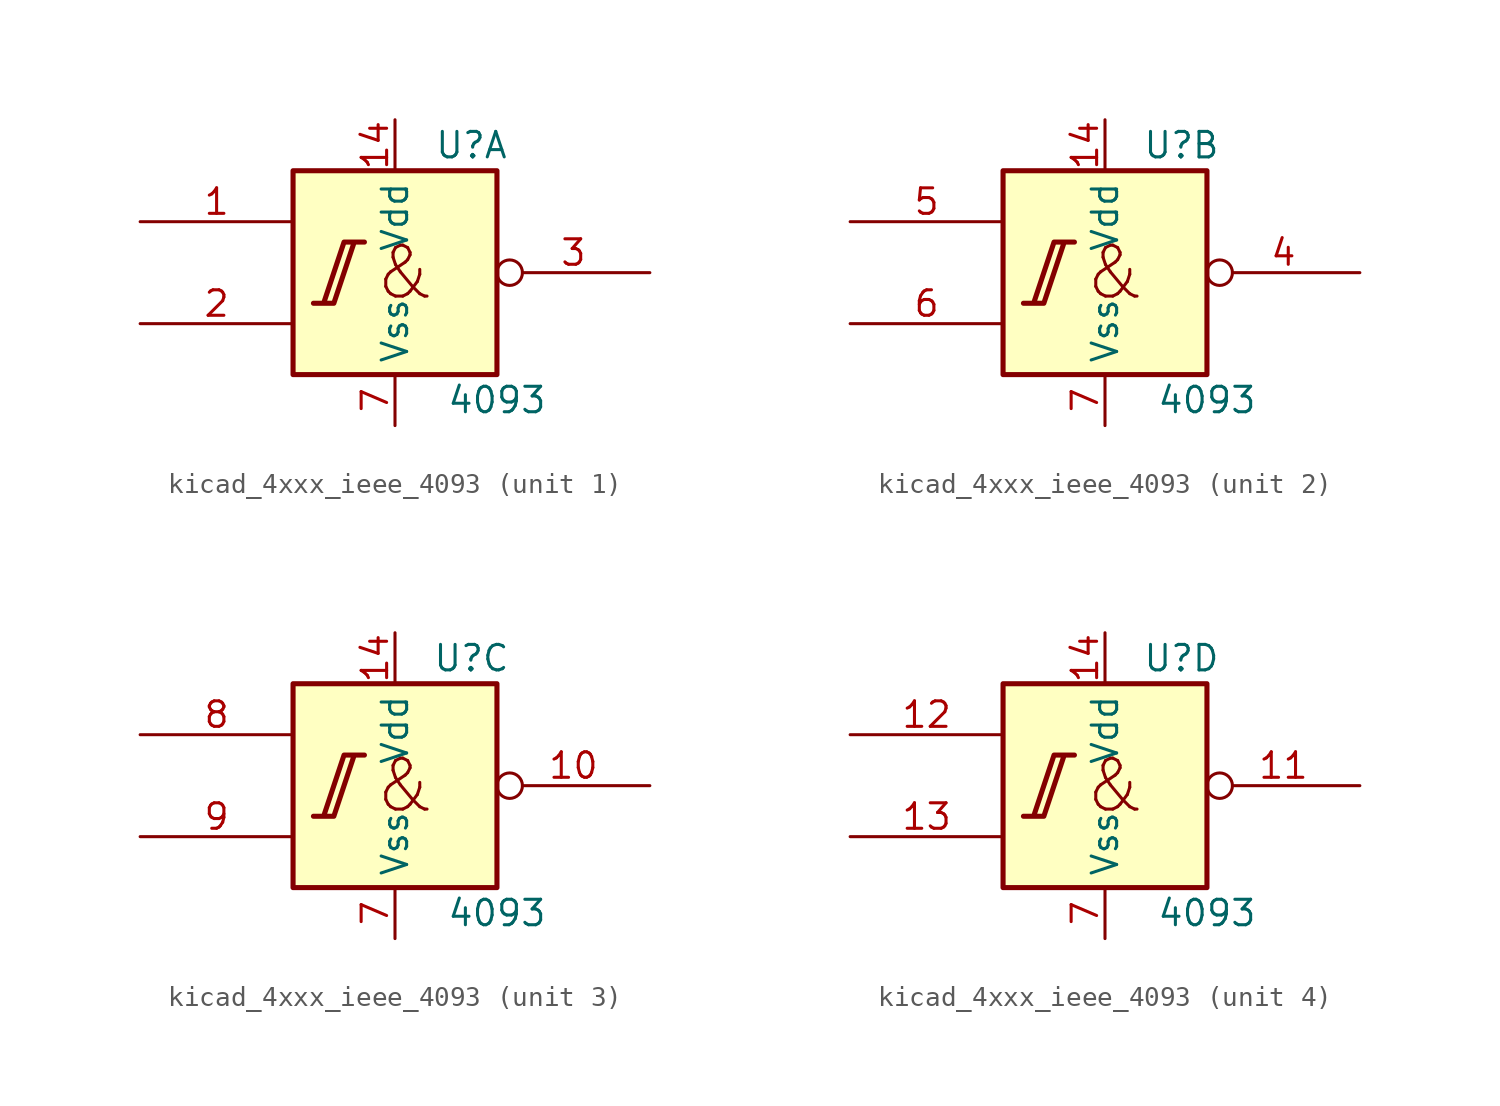
<source format=kicad_sym>
(kicad_symbol_lib
  (version 20220914)
  (generator kicad_symbol_editor)
  (symbol "kicad_4xxx_ieee_4093"
    (property "Reference" "U"
      (at 3.81 6.35 0)
      (effects (font (size 1.27 1.27))))
    (property "Value" "4093"
      (at 5.08 -6.35 0)
      (effects (font (size 1.27 1.27))))
    (symbol "kicad_4xxx_ieee_4093_0_0"
      (rectangle (start -5.08 5.08) (end 5.08 -5.08) (stroke (width 0.254) (type default)) (fill (type background)))
      (polyline (pts (xy -4.064 -1.524) (xy -3.048 -1.524) (xy -2.032 1.524) (xy -1.524 1.524) (xy -2.54 1.524) (xy -3.556 -1.524) (xy -3.556 -1.524)) (stroke (width 0.254) (type default)) (fill (type background)))
      (text "&" (at 0.508 0 0) (effects (font (size 2.54 2.54))))
      (pin power_in line (at 0 7.62 270) (length 2.54) (name "Vdd" (effects (font (size 1.27 1.27)))) (number "14" (effects (font (size 1.27 1.27)))))
      (pin power_in line (at 0 -7.62 90) (length 2.54) (name "Vss" (effects (font (size 1.27 1.27)))) (number "7" (effects (font (size 1.27 1.27))))))
    (symbol "kicad_4xxx_ieee_4093_1_1"
      (pin input line (at -12.7 2.54 0) (length 7.62) (name "~" (effects (font (size 1.27 1.27)))) (number "1" (effects (font (size 1.27 1.27)))))
      (pin input line (at -12.7 -2.54 0) (length 7.62) (name "~" (effects (font (size 1.27 1.27)))) (number "2" (effects (font (size 1.27 1.27)))))
      (pin output inverted (at 12.7 0 180) (length 7.62) (name "~" (effects (font (size 1.27 1.27)))) (number "3" (effects (font (size 1.27 1.27))))))
    (symbol "kicad_4xxx_ieee_4093_2_1"
      (pin output inverted (at 12.7 0 180) (length 7.62) (name "~" (effects (font (size 1.27 1.27)))) (number "4" (effects (font (size 1.27 1.27)))))
      (pin input line (at -12.7 2.54 0) (length 7.62) (name "~" (effects (font (size 1.27 1.27)))) (number "5" (effects (font (size 1.27 1.27)))))
      (pin input line (at -12.7 -2.54 0) (length 7.62) (name "~" (effects (font (size 1.27 1.27)))) (number "6" (effects (font (size 1.27 1.27))))))
    (symbol "kicad_4xxx_ieee_4093_3_1"
      (pin output inverted (at 12.7 0 180) (length 7.62) (name "~" (effects (font (size 1.27 1.27)))) (number "10" (effects (font (size 1.27 1.27)))))
      (pin input line (at -12.7 2.54 0) (length 7.62) (name "~" (effects (font (size 1.27 1.27)))) (number "8" (effects (font (size 1.27 1.27)))))
      (pin input line (at -12.7 -2.54 0) (length 7.62) (name "~" (effects (font (size 1.27 1.27)))) (number "9" (effects (font (size 1.27 1.27))))))
    (symbol "kicad_4xxx_ieee_4093_4_1"
      (pin output inverted (at 12.7 0 180) (length 7.62) (name "~" (effects (font (size 1.27 1.27)))) (number "11" (effects (font (size 1.27 1.27)))))
      (pin input line (at -12.7 2.54 0) (length 7.62) (name "~" (effects (font (size 1.27 1.27)))) (number "12" (effects (font (size 1.27 1.27)))))
      (pin input line (at -12.7 -2.54 0) (length 7.62) (name "~" (effects (font (size 1.27 1.27)))) (number "13" (effects (font (size 1.27 1.27))))))))
</source>
